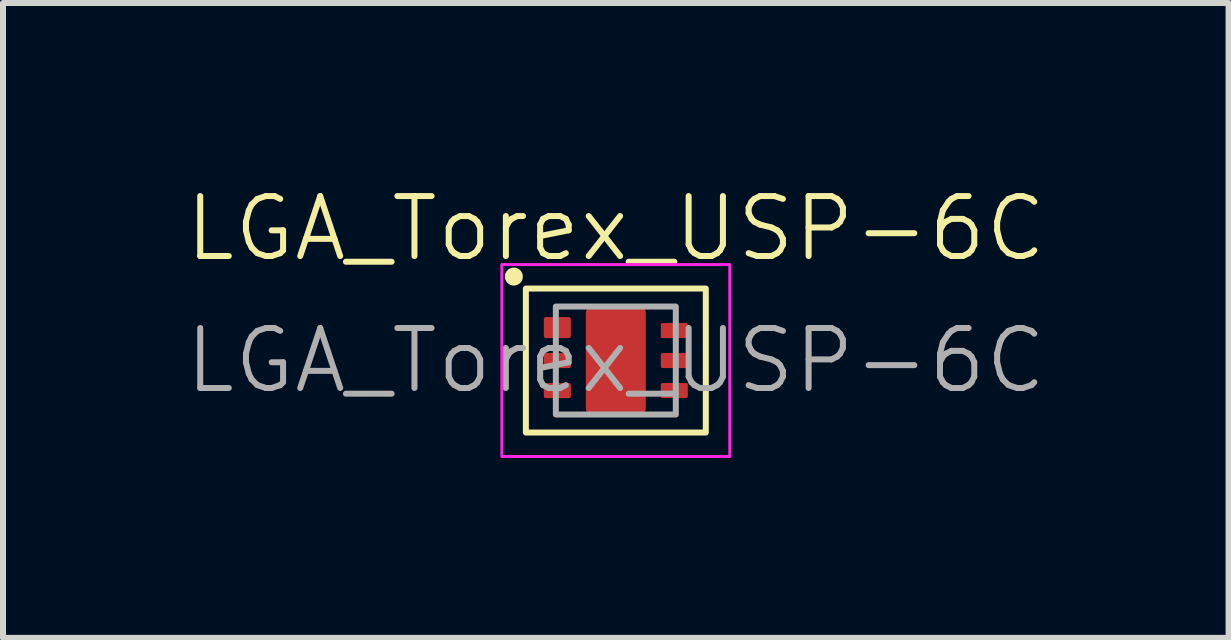
<source format=kicad_pcb>
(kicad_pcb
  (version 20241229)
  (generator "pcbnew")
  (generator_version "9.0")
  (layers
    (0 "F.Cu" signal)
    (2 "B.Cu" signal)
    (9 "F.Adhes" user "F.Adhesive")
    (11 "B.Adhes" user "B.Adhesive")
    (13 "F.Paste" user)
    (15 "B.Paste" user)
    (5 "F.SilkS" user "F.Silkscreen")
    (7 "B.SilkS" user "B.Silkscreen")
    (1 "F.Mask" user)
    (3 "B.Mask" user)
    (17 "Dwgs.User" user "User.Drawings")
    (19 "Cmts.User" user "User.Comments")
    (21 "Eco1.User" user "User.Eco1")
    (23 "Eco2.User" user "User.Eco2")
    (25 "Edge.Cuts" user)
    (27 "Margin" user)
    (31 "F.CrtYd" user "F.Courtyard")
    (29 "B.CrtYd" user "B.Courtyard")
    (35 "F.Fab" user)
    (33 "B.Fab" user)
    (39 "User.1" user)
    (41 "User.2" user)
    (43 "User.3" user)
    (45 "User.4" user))
  (footprint "LGA_Torex_USP-6C"
    (layer "F.Cu")
    (at 7.217 2.961)
    (property "Reference" "LGA_Torex_USP-6C" (at 0 -2.2 0) (unlocked yes) (layer "F.SilkS") (effects (font (size 1 1) (thickness 0.1))))
    (attr smd)
    (fp_rect (start -1.5 -1.2) (end 1.5 1.2) (stroke (width 0.1) (type default)) (fill no) (layer "F.SilkS"))
    (fp_circle (center -1.7 -1.4) (end -1.6 -1.4) (stroke (width 0.1) (type solid)) (fill yes) (layer "F.SilkS"))
    (fp_rect (start -1.9 -1.6) (end 1.9 1.6) (stroke (width 0.05) (type default)) (fill no) (layer "F.CrtYd"))
    (fp_rect (start -1 -0.9) (end 1 0.9) (stroke (width 0.1) (type default)) (fill no) (layer "F.Fab"))
    (fp_text user "${REFERENCE}" (at 0 0 0) (unlocked yes) (layer "F.Fab") (effects (font (size 1 1) (thickness 0.1))))
    (pad "1" smd roundrect (at -0.975 -0.55) (size 0.45 0.35) (layers "F.Cu" "F.Mask" "F.Paste") (roundrect_rratio 0.1))
    (pad "2" smd roundrect (at -0.975 0) (size 0.45 0.25) (layers "F.Cu" "F.Mask" "F.Paste") (roundrect_rratio 0.1))
    (pad "3" smd roundrect (at -0.975 0.5) (size 0.45 0.25) (layers "F.Cu" "F.Mask" "F.Paste") (roundrect_rratio 0.1))
    (pad "4" smd roundrect (at 0.975 0.5) (size 0.45 0.25) (layers "F.Cu" "F.Mask" "F.Paste") (roundrect_rratio 0.1))
    (pad "5" smd roundrect (at 0.975 0) (size 0.45 0.25) (layers "F.Cu" "F.Mask" "F.Paste") (roundrect_rratio 0.1))
    (pad "6" smd roundrect (at 0.975 -0.5) (size 0.45 0.25) (layers "F.Cu" "F.Mask" "F.Paste") (roundrect_rratio 0.1))
    (pad "7" smd roundrect (at 0 0) (size 1 1.8) (layers "F.Cu" "F.Mask" "F.Paste") (roundrect_rratio 0.1)))
  (gr_rect
    (start -3 -3)
    (end 17.433 7.585)
    (stroke (width 0.1) (type default))
    (fill no)
    (layer "Edge.Cuts")))
</source>
